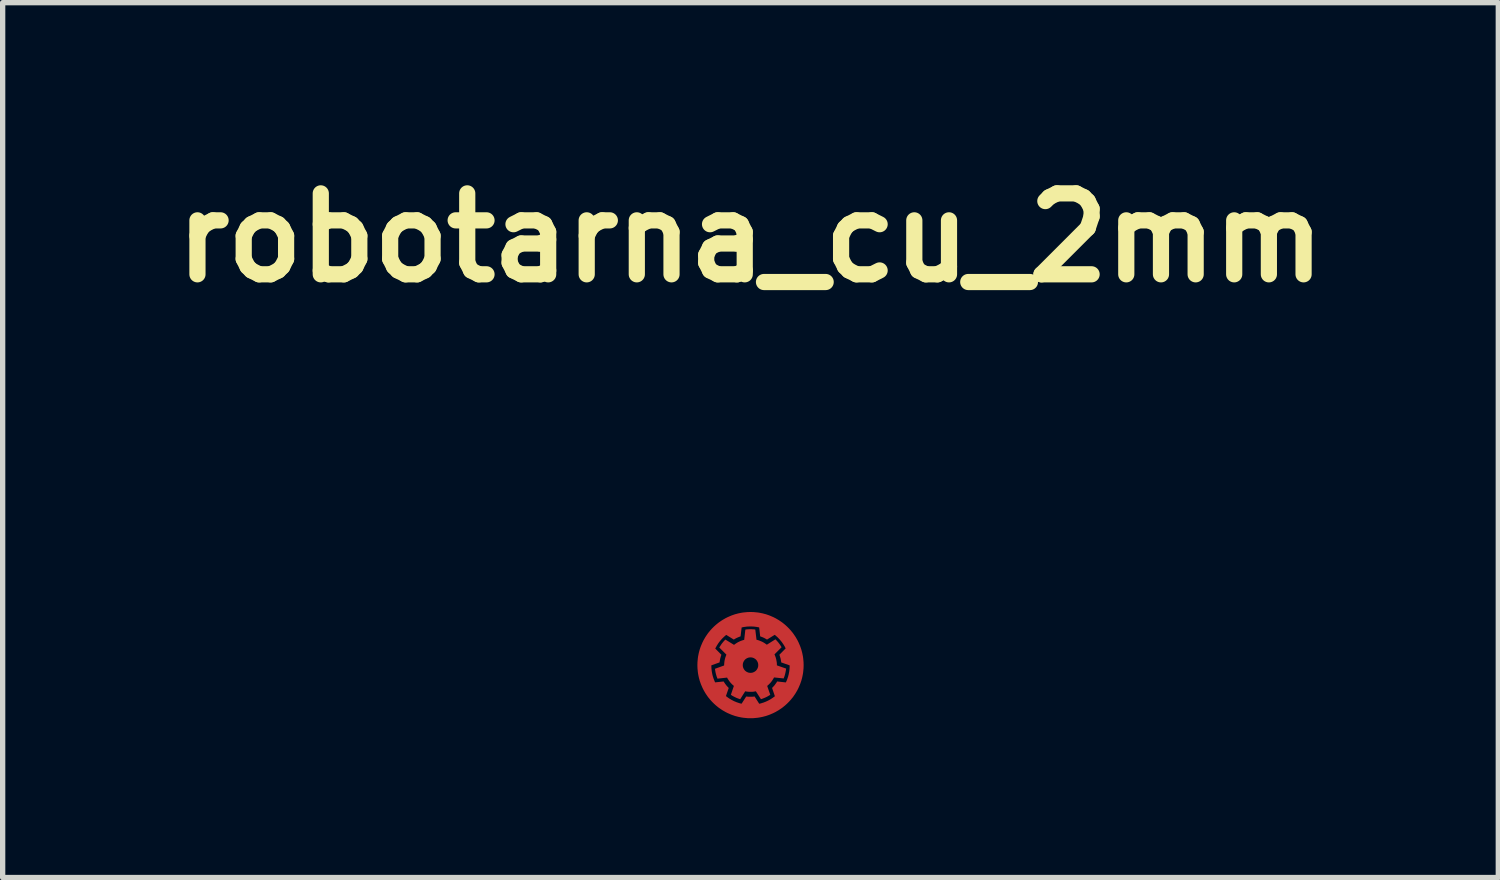
<source format=kicad_pcb>
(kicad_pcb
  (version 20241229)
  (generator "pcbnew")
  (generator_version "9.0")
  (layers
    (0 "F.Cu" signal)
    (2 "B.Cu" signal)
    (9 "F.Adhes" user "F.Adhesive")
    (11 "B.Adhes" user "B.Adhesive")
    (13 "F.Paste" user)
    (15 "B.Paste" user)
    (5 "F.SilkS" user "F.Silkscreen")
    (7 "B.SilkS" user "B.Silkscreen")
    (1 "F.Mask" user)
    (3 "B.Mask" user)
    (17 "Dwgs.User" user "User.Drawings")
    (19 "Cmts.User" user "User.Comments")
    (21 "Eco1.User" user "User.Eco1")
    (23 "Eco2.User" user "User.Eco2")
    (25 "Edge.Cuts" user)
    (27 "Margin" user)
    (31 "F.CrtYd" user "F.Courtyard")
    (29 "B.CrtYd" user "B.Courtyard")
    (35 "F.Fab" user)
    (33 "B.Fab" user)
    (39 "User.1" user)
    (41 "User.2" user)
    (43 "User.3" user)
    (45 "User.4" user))
  (footprint "robotarna_cu_2mm"
    (layer "F.Cu")
    (at 11.082 9.474)
    (property "Reference" "robotarna_cu_2mm" (at 0 -8.048 0) (layer "F.SilkS") (effects (font (size 1.524 1.524) (thickness 0.305))))
    (attr smd)
    (fp_poly (pts (xy -0.000002 0.146) (xy -0.661 0.123) (xy -0.659 0.133) (xy -0.657 0.144) (xy -0.654 0.154) (xy -0.652 0.165) (xy -0.649 0.175) (xy -0.646 0.185) (xy -0.643 0.196) (xy -0.64 0.206) (xy -0.637 0.216) (xy -0.633 0.226) (xy -0.629 0.236) (xy -0.626 0.246) (xy -0.622 0.255) (xy -0.441 0.235) (xy -0.436 0.245) (xy -0.431 0.254) (xy -0.425 0.263) (xy -0.419 0.272) (xy -0.414 0.281) (xy -0.407 0.29) (xy -0.401 0.299) (xy -0.395 0.308) (xy -0.388 0.316) (xy -0.381 0.324) (xy -0.375 0.333) (xy -0.367 0.341) (xy -0.36 0.348) (xy -0.353 0.356) (xy -0.345 0.364) (xy -0.337 0.371) (xy -0.329 0.378) (xy -0.321 0.385) (xy -0.313 0.392) (xy -0.37 0.559) (xy -0.361 0.565) (xy -0.352 0.571) (xy -0.343 0.577) (xy -0.333 0.582) (xy -0.324 0.587) (xy -0.315 0.592) (xy -0.305 0.597) (xy -0.295 0.602) (xy -0.285 0.607) (xy -0.276 0.611) (xy -0.266 0.616) (xy -0.256 0.62) (xy -0.246 0.624) (xy -0.235 0.628) (xy -0.225 0.632) (xy -0.215 0.635) (xy -0.204 0.639) (xy -0.194 0.642) (xy -0.1 0.493) (xy -0.089 0.495) (xy -0.078 0.497) (xy -0.068 0.499) (xy -0.057 0.5) (xy -0.045 0.501) (xy -0.034 0.502) (xy -0.023 0.503) (xy -0.012 0.503) (xy -0.000372 0.503) (xy 0.01 0.503) (xy 0.02 0.503) (xy 0.031 0.502) (xy 0.041 0.502) (xy 0.051 0.501) (xy 0.061 0.5) (xy 0.071 0.498) (xy 0.081 0.497) (xy 0.091 0.495) (xy 0.101 0.493) (xy 0.196 0.641) (xy 0.207 0.638) (xy 0.217 0.635) (xy 0.227 0.631) (xy 0.238 0.627) (xy 0.248 0.623) (xy 0.258 0.619) (xy 0.268 0.615) (xy 0.278 0.611) (xy 0.288 0.606) (xy 0.297 0.602) (xy 0.307 0.597) (xy 0.316 0.592) (xy 0.326 0.587) (xy 0.335 0.581) (xy 0.345 0.576) (xy 0.354 0.57) (xy 0.363 0.565) (xy 0.372 0.559) (xy 0.314 0.392) (xy 0.322 0.385) (xy 0.33 0.378) (xy 0.338 0.371) (xy 0.346 0.363) (xy 0.354 0.355) (xy 0.361 0.348) (xy 0.369 0.34) (xy 0.376 0.332) (xy 0.383 0.323) (xy 0.39 0.315) (xy 0.397 0.306) (xy 0.403 0.297) (xy 0.409 0.289) (xy 0.415 0.28) (xy 0.421 0.27) (xy 0.427 0.261) (xy 0.432 0.252) (xy 0.438 0.242) (xy 0.443 0.232) (xy 0.624 0.251) (xy 0.628 0.242) (xy 0.631 0.232) (xy 0.635 0.222) (xy 0.639 0.212) (xy 0.642 0.202) (xy 0.645 0.192) (xy 0.648 0.181) (xy 0.651 0.171) (xy 0.653 0.161) (xy 0.656 0.15) (xy 0.658 0.14) (xy 0.66 0.13) (xy 0.662 0.119) (xy 0.664 0.108) (xy 0.666 0.098) (xy 0.668 0.087) (xy 0.669 0.076) (xy 0.67 0.065) (xy 0.497 0.005) (xy 0.497 -0.007) (xy 0.496 -0.019) (xy 0.496 -0.03) (xy 0.495 -0.041) (xy 0.494 -0.053) (xy 0.492 -0.064) (xy 0.49 -0.075) (xy 0.488 -0.086) (xy 0.486 -0.097) (xy 0.484 -0.108) (xy 0.481 -0.119) (xy 0.478 -0.13) (xy 0.475 -0.14) (xy 0.472 -0.151) (xy 0.468 -0.161) (xy 0.464 -0.171) (xy 0.46 -0.182) (xy 0.456 -0.192) (xy 0.451 -0.202) (xy 0.585 -0.337) (xy 0.579 -0.347) (xy 0.573 -0.356) (xy 0.567 -0.366) (xy 0.561 -0.375) (xy 0.555 -0.384) (xy 0.549 -0.393) (xy 0.542 -0.402) (xy 0.535 -0.411) (xy 0.528 -0.42) (xy 0.522 -0.429) (xy 0.514 -0.437) (xy 0.507 -0.446) (xy 0.5 -0.454) (xy 0.492 -0.462) (xy 0.485 -0.47) (xy 0.477 -0.478) (xy 0.469 -0.486) (xy 0.307 -0.384) (xy 0.298 -0.391) (xy 0.29 -0.397) (xy 0.281 -0.403) (xy 0.272 -0.409) (xy 0.263 -0.415) (xy 0.254 -0.421) (xy 0.245 -0.426) (xy 0.235 -0.431) (xy 0.226 -0.436) (xy 0.216 -0.441) (xy 0.206 -0.446) (xy 0.196 -0.45) (xy 0.186 -0.454) (xy 0.176 -0.458) (xy 0.166 -0.462) (xy 0.156 -0.466) (xy 0.145 -0.469) (xy 0.135 -0.472) (xy 0.124 -0.475) (xy 0.113 -0.477) (xy 0.09 -0.67) (xy 0.079 -0.671) (xy 0.068 -0.673) (xy 0.057 -0.674) (xy 0.046 -0.674) (xy 0.035 -0.675) (xy 0.024 -0.676) (xy 0.012 -0.676) (xy 0.001 -0.676) (xy -0.01 -0.676) (xy -0.021 -0.676) (xy -0.032 -0.675) (xy -0.043 -0.675) (xy -0.054 -0.674) (xy -0.065 -0.673) (xy -0.076 -0.672) (xy -0.087 -0.67) (xy -0.097 -0.669) (xy -0.119 -0.476) (xy -0.13 -0.473) (xy -0.141 -0.47) (xy -0.151 -0.467) (xy -0.161 -0.463) (xy -0.171 -0.46) (xy -0.182 -0.456) (xy -0.192 -0.452) (xy -0.201 -0.448) (xy -0.211 -0.443) (xy -0.221 -0.438) (xy -0.23 -0.434) (xy -0.24 -0.429) (xy -0.249 -0.423) (xy -0.258 -0.418) (xy -0.267 -0.412) (xy -0.276 -0.406) (xy -0.285 -0.4) (xy -0.294 -0.394) (xy -0.302 -0.388) (xy -0.31 -0.381) (xy -0.473 -0.481) (xy -0.481 -0.474) (xy -0.489 -0.465) (xy -0.496 -0.457) (xy -0.504 -0.449) (xy -0.511 -0.441) (xy -0.518 -0.432) (xy -0.525 -0.423) (xy -0.532 -0.415) (xy -0.539 -0.406) (xy -0.545 -0.397) (xy -0.552 -0.388) (xy -0.558 -0.378) (xy -0.564 -0.369) (xy -0.57 -0.36) (xy -0.576 -0.35) (xy -0.582 -0.341) (xy -0.588 -0.331) (xy -0.453 -0.196) (xy -0.458 -0.186) (xy -0.462 -0.177) (xy -0.466 -0.167) (xy -0.469 -0.156) (xy -0.473 -0.146) (xy -0.476 -0.136) (xy -0.479 -0.125) (xy -0.482 -0.115) (xy -0.484 -0.104) (xy -0.486 -0.094) (xy -0.489 -0.083) (xy -0.49 -0.072) (xy -0.492 -0.061) (xy -0.493 -0.05) (xy -0.494 -0.039) (xy -0.495 -0.028) (xy -0.496 -0.017) (xy -0.496 -0.006) (xy -0.497 0.006) (xy -0.497 0.007) (xy -0.669 0.069) (xy -0.668 0.08) (xy -0.666 0.091) (xy -0.665 0.101) (xy -0.663 0.112) (xy -0.661 0.123) (xy -0.000002 0.146) (xy -0.01 0.145) (xy -0.021 0.144) (xy -0.031 0.143) (xy -0.04 0.14) (xy -0.05 0.137) (xy -0.059 0.133) (xy -0.068 0.129) (xy -0.076 0.124) (xy -0.085 0.119) (xy -0.092 0.113) (xy -0.1 0.107) (xy -0.107 0.1) (xy -0.113 0.092) (xy -0.119 0.085) (xy -0.124 0.076) (xy -0.129 0.068) (xy -0.133 0.059) (xy -0.137 0.05) (xy -0.14 0.04) (xy -0.143 0.031) (xy -0.144 0.021) (xy -0.145 0.01) (xy -0.146 0.000003) (xy -0.145 -0.01) (xy -0.144 -0.021) (xy -0.143 -0.031) (xy -0.14 -0.04) (xy -0.137 -0.05) (xy -0.133 -0.059) (xy -0.129 -0.068) (xy -0.124 -0.076) (xy -0.119 -0.085) (xy -0.113 -0.092) (xy -0.107 -0.1) (xy -0.1 -0.107) (xy -0.092 -0.113) (xy -0.085 -0.119) (xy -0.076 -0.124) (xy -0.068 -0.129) (xy -0.059 -0.133) (xy -0.05 -0.137) (xy -0.04 -0.14) (xy -0.031 -0.143) (xy -0.021 -0.144) (xy -0.01 -0.145) (xy -0.000002 -0.146) (xy 0.01 -0.145) (xy 0.021 -0.144) (xy 0.031 -0.143) (xy 0.04 -0.14) (xy 0.05 -0.137) (xy 0.059 -0.133) (xy 0.068 -0.129) (xy 0.076 -0.124) (xy 0.085 -0.119) (xy 0.092 -0.113) (xy 0.1 -0.107) (xy 0.107 -0.1) (xy 0.113 -0.092) (xy 0.119 -0.085) (xy 0.124 -0.076) (xy 0.129 -0.068) (xy 0.133 -0.059) (xy 0.137 -0.05) (xy 0.14 -0.04) (xy 0.143 -0.031) (xy 0.144 -0.021) (xy 0.145 -0.01) (xy 0.146 0.000003) (xy 0.145 0.01) (xy 0.144 0.021) (xy 0.143 0.031) (xy 0.14 0.04) (xy 0.137 0.05) (xy 0.133 0.059) (xy 0.129 0.068) (xy 0.124 0.076) (xy 0.119 0.085) (xy 0.113 0.092) (xy 0.107 0.1) (xy 0.1 0.107) (xy 0.092 0.113) (xy 0.085 0.119) (xy 0.076 0.124) (xy 0.068 0.129) (xy 0.059 0.133) (xy 0.05 0.137) (xy 0.04 0.14) (xy 0.031 0.143) (xy 0.021 0.144) (xy 0.01 0.145) (xy -0.000002 0.146)) (stroke (width 0) (type solid)) (fill yes) (layer "F.Cu"))
    (fp_poly (pts (xy 0.666 0.326) (xy 0.148 0.989) (xy 0.158 0.988) (xy 0.168 0.986) (xy 0.179 0.984) (xy 0.189 0.982) (xy 0.199 0.98) (xy 0.209 0.978) (xy 0.219 0.976) (xy 0.229 0.974) (xy 0.239 0.971) (xy 0.249 0.969) (xy 0.259 0.966) (xy 0.269 0.963) (xy 0.279 0.961) (xy 0.289 0.958) (xy 0.299 0.955) (xy 0.308 0.952) (xy 0.318 0.948) (xy 0.328 0.945) (xy 0.337 0.942) (xy 0.347 0.938) (xy 0.356 0.935) (xy 0.366 0.931) (xy 0.375 0.927) (xy 0.385 0.923) (xy 0.394 0.919) (xy 0.403 0.915) (xy 0.412 0.911) (xy 0.422 0.907) (xy 0.431 0.903) (xy 0.44 0.898) (xy 0.449 0.894) (xy 0.458 0.889) (xy 0.467 0.885) (xy 0.476 0.88) (xy 0.484 0.875) (xy 0.493 0.87) (xy 0.502 0.865) (xy 0.51 0.86) (xy 0.519 0.855) (xy 0.528 0.85) (xy 0.536 0.844) (xy 0.545 0.839) (xy 0.553 0.833) (xy 0.561 0.828) (xy 0.569 0.822) (xy 0.578 0.816) (xy 0.586 0.811) (xy 0.594 0.805) (xy 0.602 0.799) (xy 0.61 0.793) (xy 0.618 0.787) (xy 0.625 0.78) (xy 0.633 0.774) (xy 0.641 0.768) (xy 0.649 0.761) (xy 0.656 0.755) (xy 0.664 0.748) (xy 0.671 0.741) (xy 0.678 0.735) (xy 0.686 0.728) (xy 0.693 0.721) (xy 0.7 0.714) (xy 0.707 0.707) (xy 0.714 0.7) (xy 0.721 0.693) (xy 0.728 0.686) (xy 0.735 0.678) (xy 0.741 0.671) (xy 0.748 0.664) (xy 0.755 0.656) (xy 0.761 0.649) (xy 0.768 0.641) (xy 0.774 0.633) (xy 0.78 0.625) (xy 0.787 0.618) (xy 0.793 0.61) (xy 0.799 0.602) (xy 0.805 0.594) (xy 0.811 0.586) (xy 0.816 0.578) (xy 0.822 0.569) (xy 0.828 0.561) (xy 0.833 0.553) (xy 0.839 0.545) (xy 0.844 0.536) (xy 0.85 0.528) (xy 0.855 0.519) (xy 0.86 0.51) (xy 0.865 0.502) (xy 0.87 0.493) (xy 0.875 0.484) (xy 0.88 0.476) (xy 0.885 0.467) (xy 0.889 0.458) (xy 0.894 0.449) (xy 0.898 0.44) (xy 0.903 0.431) (xy 0.907 0.422) (xy 0.911 0.412) (xy 0.915 0.403) (xy 0.919 0.394) (xy 0.923 0.385) (xy 0.927 0.375) (xy 0.931 0.366) (xy 0.935 0.356) (xy 0.938 0.347) (xy 0.942 0.337) (xy 0.945 0.328) (xy 0.948 0.318) (xy 0.952 0.308) (xy 0.955 0.299) (xy 0.958 0.289) (xy 0.961 0.279) (xy 0.963 0.269) (xy 0.966 0.259) (xy 0.969 0.249) (xy 0.971 0.239) (xy 0.974 0.229) (xy 0.976 0.219) (xy 0.978 0.209) (xy 0.98 0.199) (xy 0.982 0.189) (xy 0.984 0.179) (xy 0.986 0.168) (xy 0.988 0.158) (xy 0.989 0.148) (xy 0.991 0.137) (xy 0.992 0.127) (xy 0.993 0.117) (xy 0.994 0.106) (xy 0.995 0.096) (xy 0.996 0.085) (xy 0.997 0.075) (xy 0.998 0.064) (xy 0.999 0.053) (xy 0.999 0.043) (xy 0.999 0.032) (xy 1 0.021) (xy 1 0.011) (xy 1 0.000003) (xy 1 -0.011) (xy 1 -0.021) (xy 0.999 -0.032) (xy 0.999 -0.043) (xy 0.999 -0.053) (xy 0.998 -0.064) (xy 0.997 -0.075) (xy 0.996 -0.085) (xy 0.995 -0.096) (xy 0.994 -0.106) (xy 0.993 -0.117) (xy 0.992 -0.127) (xy 0.991 -0.137) (xy 0.989 -0.148) (xy 0.988 -0.158) (xy 0.986 -0.168) (xy 0.984 -0.179) (xy 0.982 -0.189) (xy 0.98 -0.199) (xy 0.978 -0.209) (xy 0.976 -0.219) (xy 0.974 -0.229) (xy 0.971 -0.239) (xy 0.969 -0.249) (xy 0.966 -0.259) (xy 0.963 -0.269) (xy 0.961 -0.279) (xy 0.958 -0.289) (xy 0.955 -0.299) (xy 0.952 -0.308) (xy 0.948 -0.318) (xy 0.945 -0.328) (xy 0.942 -0.337) (xy 0.938 -0.347) (xy 0.935 -0.356) (xy 0.931 -0.366) (xy 0.927 -0.375) (xy 0.923 -0.385) (xy 0.919 -0.394) (xy 0.915 -0.403) (xy 0.911 -0.412) (xy 0.907 -0.422) (xy 0.903 -0.431) (xy 0.898 -0.44) (xy 0.894 -0.449) (xy 0.889 -0.458) (xy 0.885 -0.467) (xy 0.88 -0.476) (xy 0.875 -0.484) (xy 0.87 -0.493) (xy 0.865 -0.502) (xy 0.86 -0.51) (xy 0.855 -0.519) (xy 0.85 -0.528) (xy 0.844 -0.536) (xy 0.839 -0.545) (xy 0.833 -0.553) (xy 0.828 -0.561) (xy 0.822 -0.569) (xy 0.816 -0.578) (xy 0.811 -0.586) (xy 0.805 -0.594) (xy 0.799 -0.602) (xy 0.793 -0.61) (xy 0.787 -0.618) (xy 0.78 -0.625) (xy 0.774 -0.633) (xy 0.768 -0.641) (xy 0.761 -0.649) (xy 0.755 -0.656) (xy 0.748 -0.664) (xy 0.741 -0.671) (xy 0.735 -0.678) (xy 0.728 -0.686) (xy 0.721 -0.693) (xy 0.714 -0.7) (xy 0.707 -0.707) (xy 0.7 -0.714) (xy 0.693 -0.721) (xy 0.686 -0.728) (xy 0.678 -0.735) (xy 0.671 -0.741) (xy 0.664 -0.748) (xy 0.656 -0.755) (xy 0.649 -0.761) (xy 0.641 -0.768) (xy 0.633 -0.774) (xy 0.625 -0.78) (xy 0.618 -0.787) (xy 0.61 -0.793) (xy 0.602 -0.799) (xy 0.594 -0.805) (xy 0.586 -0.811) (xy 0.578 -0.816) (xy 0.569 -0.822) (xy 0.561 -0.828) (xy 0.553 -0.833) (xy 0.545 -0.839) (xy 0.536 -0.844) (xy 0.528 -0.85) (xy 0.519 -0.855) (xy 0.51 -0.86) (xy 0.502 -0.865) (xy 0.493 -0.87) (xy 0.484 -0.875) (xy 0.476 -0.88) (xy 0.467 -0.885) (xy 0.458 -0.889) (xy 0.449 -0.894) (xy 0.44 -0.898) (xy 0.431 -0.903) (xy 0.422 -0.907) (xy 0.412 -0.911) (xy 0.403 -0.915) (xy 0.394 -0.919) (xy 0.385 -0.923) (xy 0.375 -0.927) (xy 0.366 -0.931) (xy 0.356 -0.935) (xy 0.347 -0.938) (xy 0.337 -0.942) (xy 0.328 -0.945) (xy 0.318 -0.948) (xy 0.308 -0.952) (xy 0.299 -0.955) (xy 0.289 -0.958) (xy 0.279 -0.961) (xy 0.269 -0.963) (xy 0.259 -0.966) (xy 0.249 -0.969) (xy 0.239 -0.971) (xy 0.229 -0.974) (xy 0.219 -0.976) (xy 0.209 -0.978) (xy 0.199 -0.98) (xy 0.189 -0.982) (xy 0.179 -0.984) (xy 0.168 -0.986) (xy 0.158 -0.988) (xy 0.148 -0.989) (xy 0.137 -0.991) (xy 0.127 -0.992) (xy 0.117 -0.993) (xy 0.106 -0.994) (xy 0.096 -0.995) (xy 0.085 -0.996) (xy 0.075 -0.997) (xy 0.064 -0.998) (xy 0.053 -0.999) (xy 0.043 -0.999) (xy 0.032 -0.999) (xy 0.021 -1) (xy 0.011 -1) (xy -0.000003 -1) (xy -0.011 -1) (xy -0.021 -1) (xy -0.032 -0.999) (xy -0.043 -0.999) (xy -0.053 -0.999) (xy -0.064 -0.998) (xy -0.075 -0.997) (xy -0.085 -0.996) (xy -0.096 -0.995) (xy -0.106 -0.994) (xy -0.117 -0.993) (xy -0.127 -0.992) (xy -0.137 -0.991) (xy -0.148 -0.989) (xy -0.158 -0.988) (xy -0.168 -0.986) (xy -0.179 -0.984) (xy -0.189 -0.982) (xy -0.199 -0.98) (xy -0.209 -0.978) (xy -0.219 -0.976) (xy -0.229 -0.974) (xy -0.239 -0.971) (xy -0.249 -0.969) (xy -0.259 -0.966) (xy -0.269 -0.963) (xy -0.279 -0.961) (xy -0.289 -0.958) (xy -0.299 -0.955) (xy -0.308 -0.952) (xy -0.318 -0.948) (xy -0.328 -0.945) (xy -0.337 -0.942) (xy -0.347 -0.938) (xy -0.356 -0.935) (xy -0.366 -0.931) (xy -0.375 -0.927) (xy -0.385 -0.923) (xy -0.394 -0.919) (xy -0.403 -0.915) (xy -0.412 -0.911) (xy -0.422 -0.907) (xy -0.431 -0.903) (xy -0.44 -0.898) (xy -0.449 -0.894) (xy -0.458 -0.889) (xy -0.467 -0.885) (xy -0.476 -0.88) (xy -0.484 -0.875) (xy -0.493 -0.87) (xy -0.502 -0.865) (xy -0.51 -0.86) (xy -0.519 -0.855) (xy -0.528 -0.85) (xy -0.536 -0.844) (xy -0.545 -0.839) (xy -0.553 -0.833) (xy -0.561 -0.828) (xy -0.569 -0.822) (xy -0.578 -0.816) (xy -0.586 -0.811) (xy -0.594 -0.805) (xy -0.602 -0.799) (xy -0.61 -0.793) (xy -0.618 -0.787) (xy -0.625 -0.78) (xy -0.633 -0.774) (xy -0.641 -0.768) (xy -0.649 -0.761) (xy -0.656 -0.755) (xy -0.664 -0.748) (xy -0.671 -0.741) (xy -0.678 -0.735) (xy -0.686 -0.728) (xy -0.693 -0.721) (xy -0.7 -0.714) (xy -0.707 -0.707) (xy -0.714 -0.7) (xy -0.721 -0.693) (xy -0.728 -0.686) (xy -0.735 -0.678) (xy -0.741 -0.671) (xy -0.748 -0.664) (xy -0.755 -0.656) (xy -0.761 -0.649) (xy -0.768 -0.641) (xy -0.774 -0.633) (xy -0.78 -0.625) (xy -0.787 -0.618) (xy -0.793 -0.61) (xy -0.799 -0.602) (xy -0.805 -0.594) (xy -0.811 -0.586) (xy -0.816 -0.578) (xy -0.822 -0.569) (xy -0.828 -0.561) (xy -0.833 -0.553) (xy -0.839 -0.545) (xy -0.844 -0.536) (xy -0.85 -0.528) (xy -0.855 -0.519) (xy -0.86 -0.51) (xy -0.865 -0.502) (xy -0.87 -0.493) (xy -0.875 -0.484) (xy -0.88 -0.476) (xy -0.885 -0.467) (xy -0.889 -0.458) (xy -0.894 -0.449) (xy -0.898 -0.44) (xy -0.903 -0.431) (xy -0.907 -0.422) (xy -0.911 -0.412) (xy -0.915 -0.403) (xy -0.919 -0.394) (xy -0.923 -0.385) (xy -0.927 -0.375) (xy -0.931 -0.366) (xy -0.935 -0.356) (xy -0.938 -0.347) (xy -0.942 -0.337) (xy -0.945 -0.328) (xy -0.948 -0.318) (xy -0.952 -0.308) (xy -0.955 -0.299) (xy -0.958 -0.289) (xy -0.961 -0.279) (xy -0.963 -0.269) (xy -0.966 -0.259) (xy -0.969 -0.249) (xy -0.971 -0.239) (xy -0.974 -0.229) (xy -0.976 -0.219) (xy -0.978 -0.209) (xy -0.98 -0.199) (xy -0.982 -0.189) (xy -0.984 -0.179) (xy -0.986 -0.168) (xy -0.988 -0.158) (xy -0.989 -0.148) (xy -0.991 -0.137) (xy -0.992 -0.127) (xy -0.993 -0.117) (xy -0.994 -0.106) (xy -0.995 -0.096) (xy -0.996 -0.085) (xy -0.997 -0.075) (xy -0.998 -0.064) (xy -0.999 -0.053) (xy -0.999 -0.043) (xy -0.999 -0.032) (xy -1 -0.021) (xy -1 -0.011) (xy -1 0.000003) (xy -1 0.011) (xy -1 0.021) (xy -0.999 0.032) (xy -0.999 0.043) (xy -0.999 0.053) (xy -0.998 0.064) (xy -0.997 0.075) (xy -0.996 0.085) (xy -0.995 0.096) (xy -0.994 0.106) (xy -0.993 0.117) (xy -0.992 0.127) (xy -0.991 0.137) (xy -0.989 0.148) (xy -0.988 0.158) (xy -0.986 0.168) (xy -0.984 0.179) (xy -0.982 0.189) (xy -0.98 0.199) (xy -0.978 0.209) (xy -0.976 0.219) (xy -0.974 0.229) (xy -0.971 0.239) (xy -0.969 0.249) (xy -0.966 0.259) (xy -0.963 0.269) (xy -0.961 0.279) (xy -0.958 0.289) (xy -0.955 0.299) (xy -0.952 0.308) (xy -0.948 0.318) (xy -0.945 0.328) (xy -0.942 0.337) (xy -0.938 0.347) (xy -0.935 0.356) (xy -0.931 0.366) (xy -0.927 0.375) (xy -0.923 0.385) (xy -0.919 0.394) (xy -0.915 0.403) (xy -0.911 0.412) (xy -0.907 0.422) (xy -0.903 0.431) (xy -0.898 0.44) (xy -0.894 0.449) (xy -0.889 0.458) (xy -0.885 0.467) (xy -0.88 0.476) (xy -0.875 0.484) (xy -0.87 0.493) (xy -0.865 0.502) (xy -0.86 0.51) (xy -0.855 0.519) (xy -0.85 0.528) (xy -0.844 0.536) (xy -0.839 0.545) (xy -0.833 0.553) (xy -0.828 0.561) (xy -0.822 0.569) (xy -0.816 0.578) (xy -0.811 0.586) (xy -0.805 0.594) (xy -0.799 0.602) (xy -0.793 0.61) (xy -0.787 0.618) (xy -0.78 0.625) (xy -0.774 0.633) (xy -0.768 0.641) (xy -0.761 0.649) (xy -0.755 0.656) (xy -0.748 0.664) (xy -0.741 0.671) (xy -0.735 0.678) (xy -0.728 0.686) (xy -0.721 0.693) (xy -0.714 0.7) (xy -0.707 0.707) (xy -0.7 0.714) (xy -0.693 0.721) (xy -0.686 0.728) (xy -0.678 0.735) (xy -0.671 0.741) (xy -0.664 0.748) (xy -0.656 0.755) (xy -0.649 0.761) (xy -0.641 0.768) (xy -0.633 0.774) (xy -0.625 0.78) (xy -0.618 0.787) (xy -0.61 0.793) (xy -0.602 0.799) (xy -0.594 0.805) (xy -0.586 0.811) (xy -0.578 0.816) (xy -0.569 0.822) (xy -0.561 0.828) (xy -0.553 0.833) (xy -0.545 0.839) (xy -0.536 0.844) (xy -0.528 0.85) (xy -0.519 0.855) (xy -0.51 0.86) (xy -0.502 0.865) (xy -0.493 0.87) (xy -0.484 0.875) (xy -0.476 0.88) (xy -0.467 0.885) (xy -0.458 0.889) (xy -0.449 0.894) (xy -0.44 0.898) (xy -0.431 0.903) (xy -0.422 0.907) (xy -0.412 0.911) (xy -0.403 0.915) (xy -0.394 0.919) (xy -0.385 0.923) (xy -0.375 0.927) (xy -0.366 0.931) (xy -0.356 0.935) (xy -0.347 0.938) (xy -0.337 0.942) (xy -0.328 0.945) (xy -0.318 0.948) (xy -0.308 0.952) (xy -0.299 0.955) (xy -0.289 0.958) (xy -0.279 0.961) (xy -0.269 0.963) (xy -0.259 0.966) (xy -0.249 0.969) (xy -0.239 0.971) (xy -0.229 0.974) (xy -0.219 0.976) (xy -0.209 0.978) (xy -0.199 0.98) (xy -0.189 0.982) (xy -0.179 0.984) (xy -0.168 0.986) (xy -0.158 0.988) (xy -0.148 0.989) (xy -0.137 0.991) (xy -0.127 0.992) (xy -0.117 0.993) (xy -0.106 0.994) (xy -0.096 0.995) (xy -0.085 0.996) (xy -0.075 0.997) (xy -0.064 0.998) (xy -0.053 0.999) (xy -0.043 0.999) (xy -0.032 0.999) (xy -0.021 1) (xy -0.011 1) (xy -0.000003 1) (xy 0.011 1) (xy 0.021 1) (xy 0.032 0.999) (xy 0.043 0.999) (xy 0.053 0.999) (xy 0.064 0.998) (xy 0.075 0.997) (xy 0.085 0.996) (xy 0.096 0.995) (xy 0.106 0.994) (xy 0.117 0.993) (xy 0.127 0.992) (xy 0.137 0.991) (xy 0.148 0.989) (xy 0.666 0.326) (xy 0.501 0.308) (xy 0.496 0.318) (xy 0.49 0.327) (xy 0.484 0.336) (xy 0.477 0.345) (xy 0.471 0.355) (xy 0.464 0.363) (xy 0.458 0.372) (xy 0.451 0.381) (xy 0.444 0.39) (xy 0.436 0.398) (xy 0.429 0.406) (xy 0.421 0.414) (xy 0.414 0.422) (xy 0.406 0.43) (xy 0.459 0.586) (xy 0.451 0.592) (xy 0.442 0.599) (xy 0.433 0.605) (xy 0.424 0.612) (xy 0.416 0.618) (xy 0.406 0.624) (xy 0.397 0.63) (xy 0.388 0.636) (xy 0.379 0.642) (xy 0.369 0.647) (xy 0.36 0.653) (xy 0.35 0.658) (xy 0.341 0.663) (xy 0.331 0.668) (xy 0.321 0.673) (xy 0.311 0.678) (xy 0.301 0.682) (xy 0.291 0.687) (xy 0.281 0.691) (xy 0.271 0.695) (xy 0.26 0.699) (xy 0.25 0.703) (xy 0.239 0.707) (xy 0.229 0.71) (xy 0.218 0.713) (xy 0.207 0.717) (xy 0.197 0.72) (xy 0.186 0.723) (xy 0.175 0.725) (xy 0.164 0.728) (xy 0.077 0.591) (xy 0.067 0.592) (xy 0.058 0.593) (xy 0.048 0.594) (xy 0.038 0.595) (xy 0.028 0.595) (xy 0.018 0.596) (xy 0.008 0.596) (xy -0.002 0.596) (xy -0.012 0.596) (xy -0.022 0.596) (xy -0.032 0.595) (xy -0.042 0.595) (xy -0.052 0.594) (xy -0.062 0.593) (xy -0.072 0.592) (xy -0.081 0.591) (xy -0.168 0.727) (xy -0.179 0.724) (xy -0.19 0.722) (xy -0.2 0.719) (xy -0.211 0.716) (xy -0.222 0.712) (xy -0.232 0.709) (xy -0.243 0.705) (xy -0.253 0.702) (xy -0.264 0.698) (xy -0.274 0.694) (xy -0.284 0.689) (xy -0.295 0.685) (xy -0.305 0.681) (xy -0.315 0.676) (xy -0.325 0.671) (xy -0.334 0.666) (xy -0.344 0.661) (xy -0.354 0.656) (xy -0.363 0.651) (xy -0.373 0.645) (xy -0.382 0.639) (xy -0.392 0.634) (xy -0.401 0.628) (xy -0.41 0.622) (xy -0.419 0.616) (xy -0.428 0.609) (xy -0.437 0.603) (xy -0.446 0.596) (xy -0.454 0.59) (xy -0.463 0.583) (xy -0.41 0.43) (xy -0.418 0.422) (xy -0.426 0.414) (xy -0.433 0.406) (xy -0.441 0.398) (xy -0.448 0.39) (xy -0.455 0.381) (xy -0.462 0.372) (xy -0.469 0.363) (xy -0.475 0.355) (xy -0.482 0.345) (xy -0.488 0.336) (xy -0.494 0.327) (xy -0.5 0.318) (xy -0.506 0.308) (xy -0.666 0.325) (xy -0.671 0.316) (xy -0.675 0.306) (xy -0.679 0.296) (xy -0.683 0.286) (xy -0.687 0.276) (xy -0.691 0.266) (xy -0.695 0.256) (xy -0.698 0.246) (xy -0.701 0.236) (xy -0.705 0.226) (xy -0.708 0.216) (xy -0.711 0.205) (xy -0.714 0.195) (xy -0.716 0.184) (xy -0.719 0.174) (xy -0.721 0.163) (xy -0.723 0.152) (xy -0.725 0.142) (xy -0.727 0.131) (xy -0.729 0.12) (xy -0.73 0.109) (xy -0.732 0.098) (xy -0.733 0.087) (xy -0.734 0.076) (xy -0.735 0.065) (xy -0.736 0.054) (xy -0.736 0.043) (xy -0.737 0.032) (xy -0.737 0.02) (xy -0.737 0.009) (xy -0.737 0.004) (xy -0.583 -0.051) (xy -0.581 -0.062) (xy -0.58 -0.072) (xy -0.578 -0.083) (xy -0.576 -0.093) (xy -0.574 -0.104) (xy -0.572 -0.114) (xy -0.57 -0.125) (xy -0.567 -0.135) (xy -0.564 -0.145) (xy -0.562 -0.155) (xy -0.558 -0.165) (xy -0.555 -0.175) (xy -0.552 -0.185) (xy -0.548 -0.195) (xy -0.664 -0.312) (xy -0.659 -0.322) (xy -0.654 -0.332) (xy -0.648 -0.341) (xy -0.643 -0.351) (xy -0.638 -0.361) (xy -0.632 -0.37) (xy -0.626 -0.38) (xy -0.62 -0.389) (xy -0.614 -0.399) (xy -0.608 -0.408) (xy -0.602 -0.417) (xy -0.595 -0.426) (xy -0.588 -0.435) (xy -0.582 -0.444) (xy -0.575 -0.452) (xy -0.568 -0.461) (xy -0.561 -0.469) (xy -0.553 -0.478) (xy -0.546 -0.486) (xy -0.539 -0.494) (xy -0.531 -0.502) (xy -0.523 -0.51) (xy -0.515 -0.518) (xy -0.507 -0.525) (xy -0.499 -0.533) (xy -0.491 -0.54) (xy -0.483 -0.548) (xy -0.474 -0.555) (xy -0.466 -0.562) (xy -0.457 -0.569) (xy -0.315 -0.481) (xy -0.306 -0.486) (xy -0.297 -0.492) (xy -0.287 -0.497) (xy -0.278 -0.503) (xy -0.268 -0.508) (xy -0.258 -0.513) (xy -0.248 -0.517) (xy -0.238 -0.522) (xy -0.228 -0.526) (xy -0.218 -0.53) (xy -0.208 -0.534) (xy -0.197 -0.538) (xy -0.187 -0.542) (xy -0.167 -0.709) (xy -0.156 -0.711) (xy -0.145 -0.714) (xy -0.135 -0.716) (xy -0.124 -0.718) (xy -0.113 -0.719) (xy -0.102 -0.721) (xy -0.091 -0.722) (xy -0.079 -0.724) (xy -0.068 -0.725) (xy -0.057 -0.726) (xy -0.046 -0.727) (xy -0.034 -0.727) (xy -0.023 -0.728) (xy -0.011 -0.728) (xy -0.000003 -0.728) (xy 0.011 -0.728) (xy 0.022 -0.728) (xy 0.033 -0.727) (xy 0.044 -0.727) (xy 0.055 -0.726) (xy 0.066 -0.725) (xy 0.077 -0.724) (xy 0.088 -0.723) (xy 0.099 -0.721) (xy 0.11 -0.72) (xy 0.12 -0.718) (xy 0.131 -0.716) (xy 0.142 -0.714) (xy 0.152 -0.712) (xy 0.163 -0.71) (xy 0.182 -0.542) (xy 0.193 -0.538) (xy 0.203 -0.534) (xy 0.214 -0.53) (xy 0.224 -0.526) (xy 0.234 -0.522) (xy 0.244 -0.517) (xy 0.254 -0.513) (xy 0.264 -0.508) (xy 0.273 -0.503) (xy 0.283 -0.497) (xy 0.292 -0.492) (xy 0.302 -0.486) (xy 0.311 -0.481) (xy 0.455 -0.57) (xy 0.464 -0.564) (xy 0.473 -0.557) (xy 0.481 -0.549) (xy 0.489 -0.542) (xy 0.498 -0.535) (xy 0.506 -0.527) (xy 0.514 -0.52) (xy 0.521 -0.512) (xy 0.529 -0.504) (xy 0.537 -0.496) (xy 0.544 -0.488) (xy 0.552 -0.48) (xy 0.559 -0.471) (xy 0.566 -0.463) (xy 0.573 -0.454) (xy 0.58 -0.446) (xy 0.587 -0.437) (xy 0.593 -0.428) (xy 0.6 -0.419) (xy 0.606 -0.41) (xy 0.612 -0.401) (xy 0.619 -0.392) (xy 0.624 -0.383) (xy 0.63 -0.373) (xy 0.636 -0.364) (xy 0.642 -0.354) (xy 0.647 -0.344) (xy 0.652 -0.334) (xy 0.657 -0.325) (xy 0.662 -0.315) (xy 0.544 -0.195) (xy 0.547 -0.185) (xy 0.551 -0.175) (xy 0.554 -0.165) (xy 0.557 -0.155) (xy 0.56 -0.145) (xy 0.563 -0.135) (xy 0.566 -0.125) (xy 0.568 -0.114) (xy 0.57 -0.104) (xy 0.572 -0.093) (xy 0.574 -0.083) (xy 0.576 -0.072) (xy 0.577 -0.062) (xy 0.578 -0.051) (xy 0.737 0.005) (xy 0.737 0.009) (xy 0.737 0.02) (xy 0.737 0.032) (xy 0.736 0.043) (xy 0.736 0.054) (xy 0.735 0.065) (xy 0.734 0.076) (xy 0.733 0.087) (xy 0.732 0.098) (xy 0.73 0.109) (xy 0.729 0.12) (xy 0.727 0.131) (xy 0.725 0.142) (xy 0.723 0.153) (xy 0.721 0.163) (xy 0.719 0.174) (xy 0.716 0.185) (xy 0.713 0.195) (xy 0.711 0.205) (xy 0.708 0.216) (xy 0.705 0.226) (xy 0.701 0.236) (xy 0.698 0.247) (xy 0.694 0.257) (xy 0.691 0.267) (xy 0.687 0.277) (xy 0.683 0.287) (xy 0.679 0.297) (xy 0.675 0.306) (xy 0.67 0.316) (xy 0.666 0.326)) (stroke (width 0) (type solid)) (fill yes) (layer "F.Cu")))
  (gr_rect
    (start -3 -3)
    (end 25.163 13.474)
    (stroke (width 0.1) (type default))
    (fill no)
    (layer "Edge.Cuts")))
</source>
